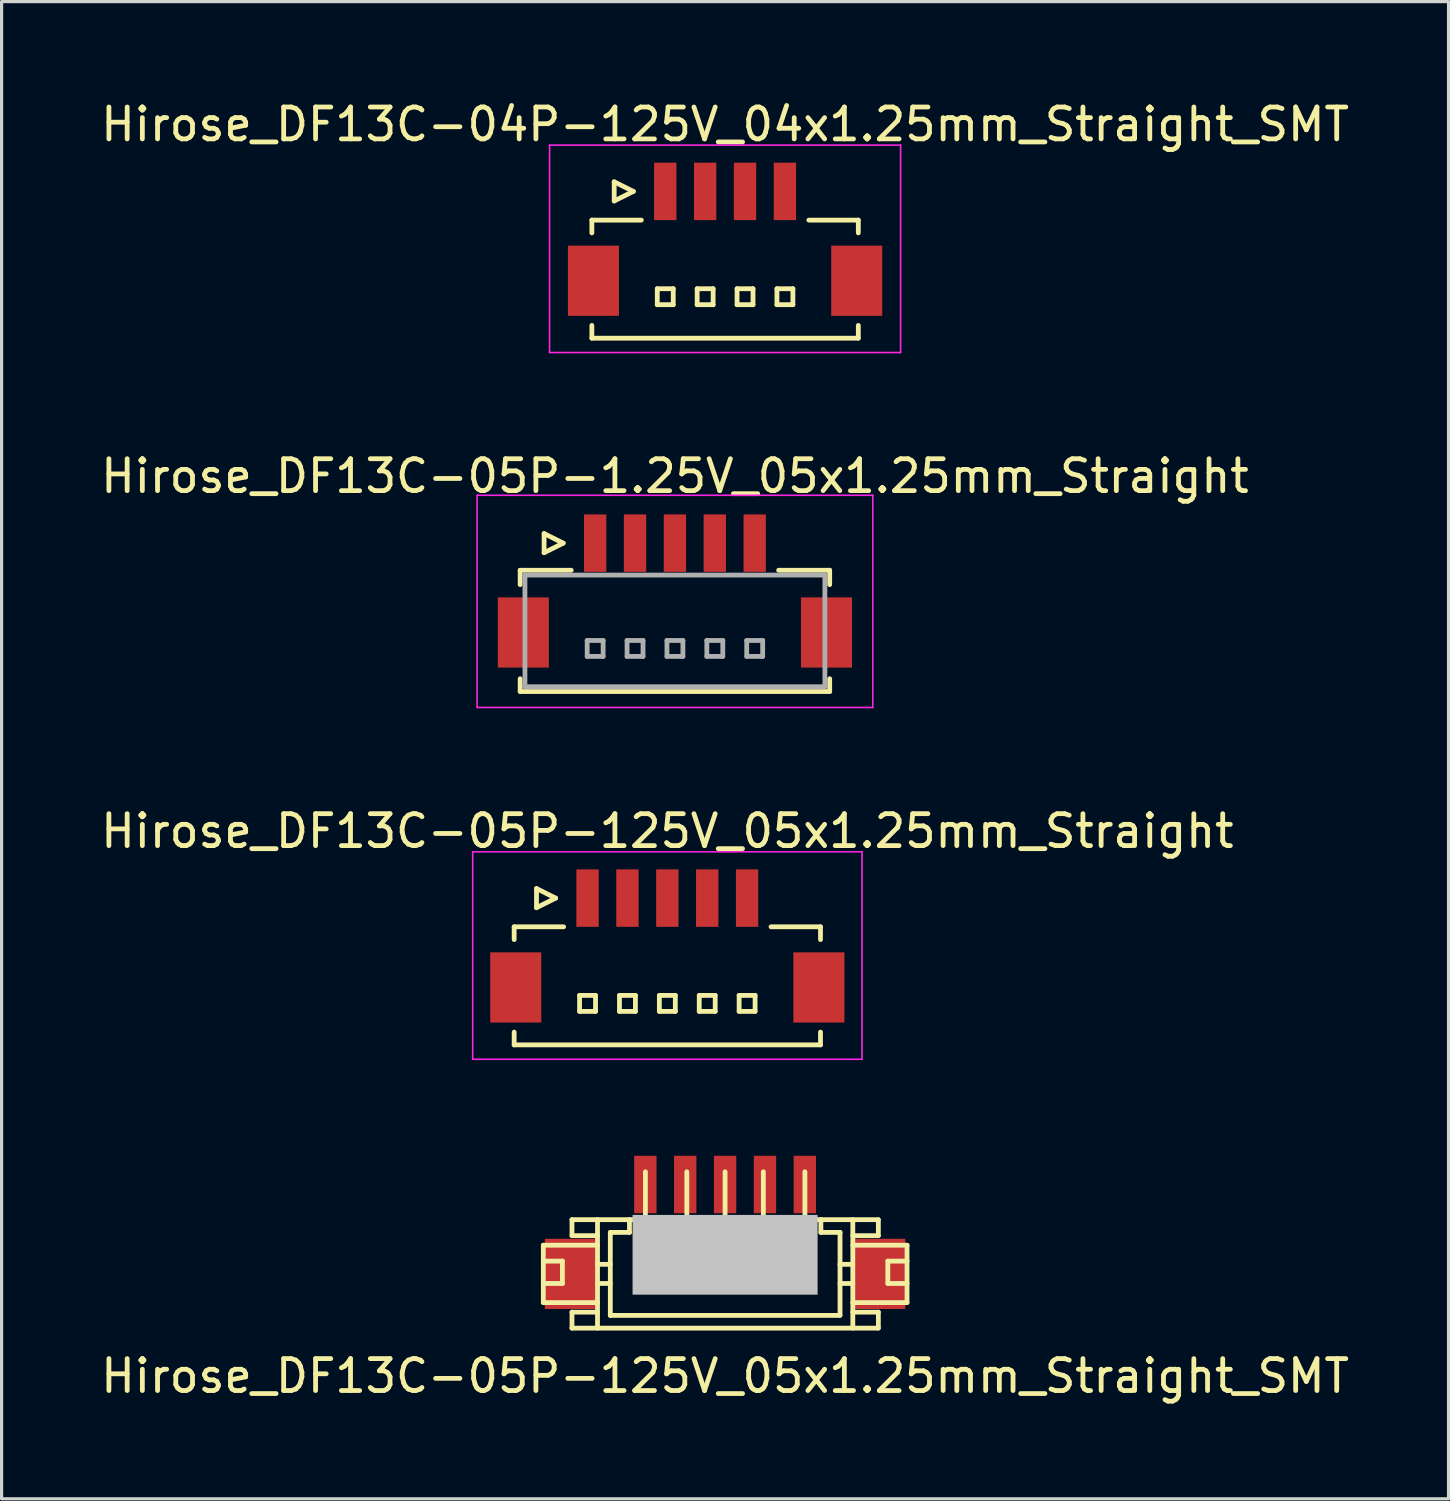
<source format=kicad_pcb>
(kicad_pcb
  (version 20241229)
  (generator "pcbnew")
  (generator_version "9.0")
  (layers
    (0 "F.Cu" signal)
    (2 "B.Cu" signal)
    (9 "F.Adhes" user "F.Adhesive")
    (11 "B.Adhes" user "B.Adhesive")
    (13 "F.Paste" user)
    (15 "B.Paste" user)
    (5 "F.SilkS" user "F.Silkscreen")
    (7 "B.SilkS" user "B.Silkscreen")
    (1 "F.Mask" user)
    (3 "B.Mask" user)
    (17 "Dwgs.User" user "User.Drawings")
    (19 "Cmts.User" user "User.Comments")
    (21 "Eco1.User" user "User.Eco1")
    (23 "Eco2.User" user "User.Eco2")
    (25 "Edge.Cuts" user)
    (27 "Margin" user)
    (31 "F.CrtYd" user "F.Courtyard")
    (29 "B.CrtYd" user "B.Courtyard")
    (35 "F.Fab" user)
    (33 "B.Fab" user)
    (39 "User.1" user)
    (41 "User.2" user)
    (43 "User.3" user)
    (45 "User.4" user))
  (footprint "Hirose_DF13C-05P-125V_05x1.25mm_Straight"
    (layer "F.Cu")
    (at 17.863 26.495)
    (property "Reference" "Hirose_DF13C-05P-125V_05x1.25mm_Straight" (at 0 -3.5 0) (layer "F.SilkS") (effects (font (size 1 1) (thickness 0.15))))
    (attr smd)
    (fp_line (start -4.8 -0.5) (end -4.8 -0.1) (stroke (width 0.15) (type solid)) (layer "F.SilkS"))
    (fp_line (start -4.8 -0.5) (end -3.25 -0.5) (stroke (width 0.15) (type solid)) (layer "F.SilkS"))
    (fp_line (start -4.8 3.2) (end -4.8 2.8) (stroke (width 0.15) (type solid)) (layer "F.SilkS"))
    (fp_line (start -4.8 3.2) (end 4.8 3.2) (stroke (width 0.15) (type solid)) (layer "F.SilkS"))
    (fp_line (start -4.1 -1.7) (end -4.1 -1.1) (stroke (width 0.15) (type solid)) (layer "F.SilkS"))
    (fp_line (start -4.1 -1.1) (end -3.5 -1.4) (stroke (width 0.15) (type solid)) (layer "F.SilkS"))
    (fp_line (start -3.5 -1.4) (end -4.1 -1.7) (stroke (width 0.15) (type solid)) (layer "F.SilkS"))
    (fp_line (start -2.75 1.65) (end -2.75 2.15) (stroke (width 0.15) (type solid)) (layer "F.SilkS"))
    (fp_line (start -2.75 2.15) (end -2.25 2.15) (stroke (width 0.15) (type solid)) (layer "F.SilkS"))
    (fp_line (start -2.25 1.65) (end -2.75 1.65) (stroke (width 0.15) (type solid)) (layer "F.SilkS"))
    (fp_line (start -2.25 2.15) (end -2.25 1.65) (stroke (width 0.15) (type solid)) (layer "F.SilkS"))
    (fp_line (start -1.5 1.65) (end -1.5 2.15) (stroke (width 0.15) (type solid)) (layer "F.SilkS"))
    (fp_line (start -1.5 2.15) (end -1 2.15) (stroke (width 0.15) (type solid)) (layer "F.SilkS"))
    (fp_line (start -1 1.65) (end -1.5 1.65) (stroke (width 0.15) (type solid)) (layer "F.SilkS"))
    (fp_line (start -1 2.15) (end -1 1.65) (stroke (width 0.15) (type solid)) (layer "F.SilkS"))
    (fp_line (start -0.25 1.65) (end -0.25 2.15) (stroke (width 0.15) (type solid)) (layer "F.SilkS"))
    (fp_line (start -0.25 2.15) (end 0.25 2.15) (stroke (width 0.15) (type solid)) (layer "F.SilkS"))
    (fp_line (start 0.25 1.65) (end -0.25 1.65) (stroke (width 0.15) (type solid)) (layer "F.SilkS"))
    (fp_line (start 0.25 2.15) (end 0.25 1.65) (stroke (width 0.15) (type solid)) (layer "F.SilkS"))
    (fp_line (start 1 1.65) (end 1 2.15) (stroke (width 0.15) (type solid)) (layer "F.SilkS"))
    (fp_line (start 1 2.15) (end 1.5 2.15) (stroke (width 0.15) (type solid)) (layer "F.SilkS"))
    (fp_line (start 1.5 1.65) (end 1 1.65) (stroke (width 0.15) (type solid)) (layer "F.SilkS"))
    (fp_line (start 1.5 2.15) (end 1.5 1.65) (stroke (width 0.15) (type solid)) (layer "F.SilkS"))
    (fp_line (start 2.25 1.65) (end 2.25 2.15) (stroke (width 0.15) (type solid)) (layer "F.SilkS"))
    (fp_line (start 2.25 2.15) (end 2.75 2.15) (stroke (width 0.15) (type solid)) (layer "F.SilkS"))
    (fp_line (start 2.75 1.65) (end 2.25 1.65) (stroke (width 0.15) (type solid)) (layer "F.SilkS"))
    (fp_line (start 2.75 2.15) (end 2.75 1.65) (stroke (width 0.15) (type solid)) (layer "F.SilkS"))
    (fp_line (start 4.8 -0.5) (end 3.25 -0.5) (stroke (width 0.15) (type solid)) (layer "F.SilkS"))
    (fp_line (start 4.8 -0.5) (end 4.8 -0.1) (stroke (width 0.15) (type solid)) (layer "F.SilkS"))
    (fp_line (start 4.8 3.2) (end 4.8 2.8) (stroke (width 0.15) (type solid)) (layer "F.SilkS"))
    (fp_line (start -6.1 -2.85) (end -6.1 3.65) (stroke (width 0.05) (type solid)) (layer "F.CrtYd"))
    (fp_line (start -6.1 3.65) (end 6.1 3.65) (stroke (width 0.05) (type solid)) (layer "F.CrtYd"))
    (fp_line (start 6.1 -2.85) (end -6.1 -2.85) (stroke (width 0.05) (type solid)) (layer "F.CrtYd"))
    (fp_line (start 6.1 3.65) (end 6.1 -2.85) (stroke (width 0.05) (type solid)) (layer "F.CrtYd"))
    (pad "" smd rect (at -4.75 1.4) (size 1.6 2.2) (layers "F.Cu" "F.Mask" "F.Paste"))
    (pad "" smd rect (at 4.75 1.4) (size 1.6 2.2) (layers "F.Cu" "F.Mask" "F.Paste"))
    (pad "1" smd rect (at -2.5 -1.4) (size 0.7 1.8) (layers "F.Cu" "F.Mask" "F.Paste"))
    (pad "2" smd rect (at -1.25 -1.4) (size 0.7 1.8) (layers "F.Cu" "F.Mask" "F.Paste"))
    (pad "3" smd rect (at 0 -1.4) (size 0.7 1.8) (layers "F.Cu" "F.Mask" "F.Paste"))
    (pad "4" smd rect (at 1.25 -1.4) (size 0.7 1.8) (layers "F.Cu" "F.Mask" "F.Paste"))
    (pad "5" smd rect (at 2.5 -1.4) (size 0.7 1.8) (layers "F.Cu" "F.Mask" "F.Paste")))
  (footprint "Hirose_DF13C-05P-1.25V_05x1.25mm_Straight"
    (layer "F.Cu")
    (at 18.101 15.371)
    (property "Reference" "Hirose_DF13C-05P-1.25V_05x1.25mm_Straight" (at 0 -3.5 0) (layer "F.SilkS") (effects (font (size 1 1) (thickness 0.15))))
    (attr smd)
    (fp_line (start -4.85 -0.55) (end -4.85 -0.1) (stroke (width 0.15) (type solid)) (layer "F.SilkS"))
    (fp_line (start -4.85 -0.55) (end -3.25 -0.55) (stroke (width 0.15) (type solid)) (layer "F.SilkS"))
    (fp_line (start -4.85 3.25) (end -4.85 2.85) (stroke (width 0.15) (type solid)) (layer "F.SilkS"))
    (fp_line (start -4.85 3.25) (end 4.85 3.25) (stroke (width 0.15) (type solid)) (layer "F.SilkS"))
    (fp_line (start -4.1 -1.7) (end -4.1 -1.1) (stroke (width 0.15) (type solid)) (layer "F.SilkS"))
    (fp_line (start -4.1 -1.1) (end -3.5 -1.4) (stroke (width 0.15) (type solid)) (layer "F.SilkS"))
    (fp_line (start -3.5 -1.4) (end -4.1 -1.7) (stroke (width 0.15) (type solid)) (layer "F.SilkS"))
    (fp_line (start 4.85 -0.55) (end 3.25 -0.55) (stroke (width 0.15) (type solid)) (layer "F.SilkS"))
    (fp_line (start 4.85 -0.55) (end 4.85 -0.1) (stroke (width 0.15) (type solid)) (layer "F.SilkS"))
    (fp_line (start 4.85 3.25) (end 4.85 2.85) (stroke (width 0.15) (type solid)) (layer "F.SilkS"))
    (fp_line (start -6.2 -2.9) (end -6.2 3.75) (stroke (width 0.05) (type solid)) (layer "F.CrtYd"))
    (fp_line (start -6.2 3.75) (end 6.2 3.75) (stroke (width 0.05) (type solid)) (layer "F.CrtYd"))
    (fp_line (start 6.2 -2.9) (end -6.2 -2.9) (stroke (width 0.05) (type solid)) (layer "F.CrtYd"))
    (fp_line (start 6.2 3.75) (end 6.2 -2.9) (stroke (width 0.05) (type solid)) (layer "F.CrtYd"))
    (fp_line (start -4.7 -0.4) (end -4.7 3.1) (stroke (width 0.15) (type solid)) (layer "F.Fab"))
    (fp_line (start -4.7 3.1) (end 4.7 3.1) (stroke (width 0.15) (type solid)) (layer "F.Fab"))
    (fp_line (start -2.75 1.65) (end -2.75 2.15) (stroke (width 0.15) (type solid)) (layer "F.Fab"))
    (fp_line (start -2.75 2.15) (end -2.25 2.15) (stroke (width 0.15) (type solid)) (layer "F.Fab"))
    (fp_line (start -2.25 1.65) (end -2.75 1.65) (stroke (width 0.15) (type solid)) (layer "F.Fab"))
    (fp_line (start -2.25 2.15) (end -2.25 1.65) (stroke (width 0.15) (type solid)) (layer "F.Fab"))
    (fp_line (start -1.5 1.65) (end -1.5 2.15) (stroke (width 0.15) (type solid)) (layer "F.Fab"))
    (fp_line (start -1.5 2.15) (end -1 2.15) (stroke (width 0.15) (type solid)) (layer "F.Fab"))
    (fp_line (start -1 1.65) (end -1.5 1.65) (stroke (width 0.15) (type solid)) (layer "F.Fab"))
    (fp_line (start -1 2.15) (end -1 1.65) (stroke (width 0.15) (type solid)) (layer "F.Fab"))
    (fp_line (start -0.25 1.65) (end -0.25 2.15) (stroke (width 0.15) (type solid)) (layer "F.Fab"))
    (fp_line (start -0.25 2.15) (end 0.25 2.15) (stroke (width 0.15) (type solid)) (layer "F.Fab"))
    (fp_line (start 0.25 1.65) (end -0.25 1.65) (stroke (width 0.15) (type solid)) (layer "F.Fab"))
    (fp_line (start 0.25 2.15) (end 0.25 1.65) (stroke (width 0.15) (type solid)) (layer "F.Fab"))
    (fp_line (start 1 1.65) (end 1 2.15) (stroke (width 0.15) (type solid)) (layer "F.Fab"))
    (fp_line (start 1 2.15) (end 1.5 2.15) (stroke (width 0.15) (type solid)) (layer "F.Fab"))
    (fp_line (start 1.5 1.65) (end 1 1.65) (stroke (width 0.15) (type solid)) (layer "F.Fab"))
    (fp_line (start 1.5 2.15) (end 1.5 1.65) (stroke (width 0.15) (type solid)) (layer "F.Fab"))
    (fp_line (start 2.25 1.65) (end 2.25 2.15) (stroke (width 0.15) (type solid)) (layer "F.Fab"))
    (fp_line (start 2.25 2.15) (end 2.75 2.15) (stroke (width 0.15) (type solid)) (layer "F.Fab"))
    (fp_line (start 2.75 1.65) (end 2.25 1.65) (stroke (width 0.15) (type solid)) (layer "F.Fab"))
    (fp_line (start 2.75 2.15) (end 2.75 1.65) (stroke (width 0.15) (type solid)) (layer "F.Fab"))
    (fp_line (start 4.7 -0.4) (end -4.7 -0.4) (stroke (width 0.15) (type solid)) (layer "F.Fab"))
    (fp_line (start 4.7 3.1) (end 4.7 -0.4) (stroke (width 0.15) (type solid)) (layer "F.Fab"))
    (pad "" smd rect (at -4.75 1.4) (size 1.6 2.2) (layers "F.Cu" "F.Mask" "F.Paste"))
    (pad "" smd rect (at 4.75 1.4) (size 1.6 2.2) (layers "F.Cu" "F.Mask" "F.Paste"))
    (pad "1" smd rect (at -2.5 -1.4) (size 0.7 1.8) (layers "F.Cu" "F.Mask" "F.Paste"))
    (pad "2" smd rect (at -1.25 -1.4) (size 0.7 1.8) (layers "F.Cu" "F.Mask" "F.Paste"))
    (pad "3" smd rect (at 0 -1.4) (size 0.7 1.8) (layers "F.Cu" "F.Mask" "F.Paste"))
    (pad "4" smd rect (at 1.25 -1.4) (size 0.7 1.8) (layers "F.Cu" "F.Mask" "F.Paste"))
    (pad "5" smd rect (at 2.5 -1.4) (size 0.7 1.8) (layers "F.Cu" "F.Mask" "F.Paste")))
  (footprint "Hirose_DF13C-05P-125V_05x1.25mm_Straight_SMT"
    (layer "F.Cu")
    (at 19.673 36.072)
    (property "Reference" "Hirose_DF13C-05P-125V_05x1.25mm_Straight_SMT" (at 0 4 0) (layer "F.SilkS") (effects (font (size 1 1) (thickness 0.15))))
    (attr smd)
    (fp_line (start -5.697 -0.099) (end -3.998 -0.099) (stroke (width 0.15) (type solid)) (layer "F.SilkS"))
    (fp_line (start -5.697 0.399) (end -5.098 0.399) (stroke (width 0.15) (type solid)) (layer "F.SilkS"))
    (fp_line (start -5.697 1.699) (end -5.697 -0.099) (stroke (width 0.15) (type solid)) (layer "F.SilkS"))
    (fp_line (start -5.697 1.699) (end -3.998 1.699) (stroke (width 0.15) (type solid)) (layer "F.SilkS"))
    (fp_line (start -5.098 0.399) (end -5.098 1.1) (stroke (width 0.15) (type solid)) (layer "F.SilkS"))
    (fp_line (start -5.098 1.1) (end -5.697 1.1) (stroke (width 0.15) (type solid)) (layer "F.SilkS"))
    (fp_line (start -4.801 -0.899) (end 4.801 -0.899) (stroke (width 0.15) (type solid)) (layer "F.SilkS"))
    (fp_line (start -4.798 -0.399) (end -4.798 -0.899) (stroke (width 0.15) (type solid)) (layer "F.SilkS"))
    (fp_line (start -4.798 2.499) (end -4.798 1.999) (stroke (width 0.15) (type solid)) (layer "F.SilkS"))
    (fp_line (start -3.998 -0.899) (end -3.998 2.499) (stroke (width 0.15) (type solid)) (layer "F.SilkS"))
    (fp_line (start -3.998 -0.399) (end -4.798 -0.399) (stroke (width 0.15) (type solid)) (layer "F.SilkS"))
    (fp_line (start -3.998 0.5) (end -3.597 0.5) (stroke (width 0.15) (type solid)) (layer "F.SilkS"))
    (fp_line (start -3.998 1.1) (end -3.597 1.1) (stroke (width 0.15) (type solid)) (layer "F.SilkS"))
    (fp_line (start -3.998 1.999) (end -4.798 1.999) (stroke (width 0.15) (type solid)) (layer "F.SilkS"))
    (fp_line (start -3.597 -0.5) (end -2.997 -0.5) (stroke (width 0.15) (type solid)) (layer "F.SilkS"))
    (fp_line (start -3.597 2.101) (end -3.597 -0.5) (stroke (width 0.15) (type solid)) (layer "F.SilkS"))
    (fp_line (start -2.997 -0.902) (end -2.997 -0.5) (stroke (width 0.15) (type solid)) (layer "F.SilkS"))
    (fp_line (start -2.598 0.998) (end -2.598 1.199) (stroke (width 0.15) (type solid)) (layer "F.SilkS"))
    (fp_line (start -2.598 1.199) (end -2.398 1.199) (stroke (width 0.15) (type solid)) (layer "F.SilkS"))
    (fp_line (start -2.497 -0.902) (end -2.497 -2.4) (stroke (width 0.15) (type solid)) (layer "F.SilkS"))
    (fp_line (start -2.398 0.998) (end -2.598 0.998) (stroke (width 0.15) (type solid)) (layer "F.SilkS"))
    (fp_line (start -2.398 1.199) (end -2.398 0.998) (stroke (width 0.15) (type solid)) (layer "F.SilkS"))
    (fp_line (start -1.298 1.001) (end -1.1 1.001) (stroke (width 0.15) (type solid)) (layer "F.SilkS"))
    (fp_line (start -1.298 1.199) (end -1.298 1.001) (stroke (width 0.15) (type solid)) (layer "F.SilkS"))
    (fp_line (start -1.199 -0.899) (end -1.199 -2.4) (stroke (width 0.15) (type solid)) (layer "F.SilkS"))
    (fp_line (start -1.1 1.001) (end -1.1 1.199) (stroke (width 0.15) (type solid)) (layer "F.SilkS"))
    (fp_line (start -1.1 1.199) (end -1.298 1.199) (stroke (width 0.15) (type solid)) (layer "F.SilkS"))
    (fp_line (start -0.099 1.001) (end 0.099 1.001) (stroke (width 0.15) (type solid)) (layer "F.SilkS"))
    (fp_line (start -0.099 1.199) (end -0.099 1.001) (stroke (width 0.15) (type solid)) (layer "F.SilkS"))
    (fp_line (start 0 -2.4) (end 0 -0.899) (stroke (width 0.15) (type solid)) (layer "F.SilkS"))
    (fp_line (start 0.099 1.001) (end 0.099 1.199) (stroke (width 0.15) (type solid)) (layer "F.SilkS"))
    (fp_line (start 0.099 1.199) (end -0.099 1.199) (stroke (width 0.15) (type solid)) (layer "F.SilkS"))
    (fp_line (start 1.1 1.001) (end 1.298 1.001) (stroke (width 0.15) (type solid)) (layer "F.SilkS"))
    (fp_line (start 1.1 1.199) (end 1.1 1.001) (stroke (width 0.15) (type solid)) (layer "F.SilkS"))
    (fp_line (start 1.199 -0.899) (end 1.199 -2.4) (stroke (width 0.15) (type solid)) (layer "F.SilkS"))
    (fp_line (start 1.298 1.001) (end 1.298 1.199) (stroke (width 0.15) (type solid)) (layer "F.SilkS"))
    (fp_line (start 1.298 1.199) (end 1.1 1.199) (stroke (width 0.15) (type solid)) (layer "F.SilkS"))
    (fp_line (start 2.403 0.998) (end 2.603 0.998) (stroke (width 0.15) (type solid)) (layer "F.SilkS"))
    (fp_line (start 2.403 1.199) (end 2.403 0.998) (stroke (width 0.15) (type solid)) (layer "F.SilkS"))
    (fp_line (start 2.502 -0.902) (end 2.502 -2.4) (stroke (width 0.15) (type solid)) (layer "F.SilkS"))
    (fp_line (start 2.603 0.998) (end 2.603 1.199) (stroke (width 0.15) (type solid)) (layer "F.SilkS"))
    (fp_line (start 2.603 1.199) (end 2.403 1.199) (stroke (width 0.15) (type solid)) (layer "F.SilkS"))
    (fp_line (start 3.002 -0.5) (end 3.002 -0.902) (stroke (width 0.15) (type solid)) (layer "F.SilkS"))
    (fp_line (start 3.599 1.1) (end 4 1.1) (stroke (width 0.15) (type solid)) (layer "F.SilkS"))
    (fp_line (start 3.599 2.101) (end -3.599 2.101) (stroke (width 0.15) (type solid)) (layer "F.SilkS"))
    (fp_line (start 3.602 -0.5) (end 3.002 -0.5) (stroke (width 0.15) (type solid)) (layer "F.SilkS"))
    (fp_line (start 3.602 2.098) (end 3.602 -0.5) (stroke (width 0.15) (type solid)) (layer "F.SilkS"))
    (fp_line (start 4 0.5) (end 3.599 0.5) (stroke (width 0.15) (type solid)) (layer "F.SilkS"))
    (fp_line (start 4.003 -0.899) (end 4.003 2.499) (stroke (width 0.15) (type solid)) (layer "F.SilkS"))
    (fp_line (start 4.801 2.499) (end -4.801 2.499) (stroke (width 0.15) (type solid)) (layer "F.SilkS"))
    (fp_line (start 4.803 -0.399) (end 4.003 -0.399) (stroke (width 0.15) (type solid)) (layer "F.SilkS"))
    (fp_line (start 4.803 -0.399) (end 4.803 -0.899) (stroke (width 0.15) (type solid)) (layer "F.SilkS"))
    (fp_line (start 4.803 1.999) (end 4.003 1.999) (stroke (width 0.15) (type solid)) (layer "F.SilkS"))
    (fp_line (start 4.803 2.499) (end 4.803 1.999) (stroke (width 0.15) (type solid)) (layer "F.SilkS"))
    (fp_line (start 5.1 0.399) (end 5.1 1.1) (stroke (width 0.15) (type solid)) (layer "F.SilkS"))
    (fp_line (start 5.103 0.399) (end 5.702 0.399) (stroke (width 0.15) (type solid)) (layer "F.SilkS"))
    (fp_line (start 5.103 1.1) (end 5.702 1.1) (stroke (width 0.15) (type solid)) (layer "F.SilkS"))
    (fp_line (start 5.702 -0.099) (end 4.003 -0.099) (stroke (width 0.15) (type solid)) (layer "F.SilkS"))
    (fp_line (start 5.702 -0.099) (end 5.702 1.699) (stroke (width 0.15) (type solid)) (layer "F.SilkS"))
    (fp_line (start 5.702 1.699) (end 4.003 1.699) (stroke (width 0.15) (type solid)) (layer "F.SilkS"))
    (pad "" smd rect (at -4.849 0.8) (size 1.6 2.2) (layers "F.Cu" "F.Mask" "F.Paste"))
    (pad "" smd rect (at 0 0.201) (size 5.799 2.499) (layers "Dwgs.User"))
    (pad "" smd rect (at 4.849 0.8) (size 1.6 2.2) (layers "F.Cu" "F.Mask" "F.Paste"))
    (pad "1" smd rect (at -2.499 -2.002) (size 0.701 1.801) (layers "F.Cu" "F.Mask" "F.Paste"))
    (pad "2" smd rect (at -1.25 -2.002) (size 0.701 1.801) (layers "F.Cu" "F.Mask" "F.Paste"))
    (pad "3" smd rect (at 0 -2.002) (size 0.701 1.801) (layers "F.Cu" "F.Mask" "F.Paste"))
    (pad "4" smd rect (at 1.25 -2.002) (size 0.701 1.801) (layers "F.Cu" "F.Mask" "F.Paste"))
    (pad "5" smd rect (at 2.499 -2.002) (size 0.701 1.801) (layers "F.Cu" "F.Mask" "F.Paste")))
  (footprint "Hirose_DF13C-04P-125V_04x1.25mm_Straight_SMT"
    (layer "F.Cu")
    (at 19.673 4.348)
    (property "Reference" "Hirose_DF13C-04P-125V_04x1.25mm_Straight_SMT" (at 0 -3.5 0) (layer "F.SilkS") (effects (font (size 1 1) (thickness 0.15))))
    (attr smd)
    (fp_line (start -4.175 -0.5) (end -4.175 -0.1) (stroke (width 0.15) (type solid)) (layer "F.SilkS"))
    (fp_line (start -4.175 -0.5) (end -2.625 -0.5) (stroke (width 0.15) (type solid)) (layer "F.SilkS"))
    (fp_line (start -4.175 3.2) (end -4.175 2.8) (stroke (width 0.15) (type solid)) (layer "F.SilkS"))
    (fp_line (start -4.175 3.2) (end 4.175 3.2) (stroke (width 0.15) (type solid)) (layer "F.SilkS"))
    (fp_line (start -3.475 -1.7) (end -3.475 -1.1) (stroke (width 0.15) (type solid)) (layer "F.SilkS"))
    (fp_line (start -3.475 -1.1) (end -2.875 -1.4) (stroke (width 0.15) (type solid)) (layer "F.SilkS"))
    (fp_line (start -2.875 -1.4) (end -3.475 -1.7) (stroke (width 0.15) (type solid)) (layer "F.SilkS"))
    (fp_line (start -2.125 1.65) (end -2.125 2.15) (stroke (width 0.15) (type solid)) (layer "F.SilkS"))
    (fp_line (start -2.125 2.15) (end -1.625 2.15) (stroke (width 0.15) (type solid)) (layer "F.SilkS"))
    (fp_line (start -1.625 1.65) (end -2.125 1.65) (stroke (width 0.15) (type solid)) (layer "F.SilkS"))
    (fp_line (start -1.625 2.15) (end -1.625 1.65) (stroke (width 0.15) (type solid)) (layer "F.SilkS"))
    (fp_line (start -0.875 1.65) (end -0.875 2.15) (stroke (width 0.15) (type solid)) (layer "F.SilkS"))
    (fp_line (start -0.875 2.15) (end -0.375 2.15) (stroke (width 0.15) (type solid)) (layer "F.SilkS"))
    (fp_line (start -0.375 1.65) (end -0.875 1.65) (stroke (width 0.15) (type solid)) (layer "F.SilkS"))
    (fp_line (start -0.375 2.15) (end -0.375 1.65) (stroke (width 0.15) (type solid)) (layer "F.SilkS"))
    (fp_line (start 0.375 1.65) (end 0.375 2.15) (stroke (width 0.15) (type solid)) (layer "F.SilkS"))
    (fp_line (start 0.375 2.15) (end 0.875 2.15) (stroke (width 0.15) (type solid)) (layer "F.SilkS"))
    (fp_line (start 0.875 1.65) (end 0.375 1.65) (stroke (width 0.15) (type solid)) (layer "F.SilkS"))
    (fp_line (start 0.875 2.15) (end 0.875 1.65) (stroke (width 0.15) (type solid)) (layer "F.SilkS"))
    (fp_line (start 1.625 1.65) (end 1.625 2.15) (stroke (width 0.15) (type solid)) (layer "F.SilkS"))
    (fp_line (start 1.625 2.15) (end 2.125 2.15) (stroke (width 0.15) (type solid)) (layer "F.SilkS"))
    (fp_line (start 2.125 1.65) (end 1.625 1.65) (stroke (width 0.15) (type solid)) (layer "F.SilkS"))
    (fp_line (start 2.125 2.15) (end 2.125 1.65) (stroke (width 0.15) (type solid)) (layer "F.SilkS"))
    (fp_line (start 4.175 -0.5) (end 2.625 -0.5) (stroke (width 0.15) (type solid)) (layer "F.SilkS"))
    (fp_line (start 4.175 -0.5) (end 4.175 -0.1) (stroke (width 0.15) (type solid)) (layer "F.SilkS"))
    (fp_line (start 4.175 3.2) (end 4.175 2.8) (stroke (width 0.15) (type solid)) (layer "F.SilkS"))
    (fp_line (start -5.5 -2.85) (end -5.5 3.65) (stroke (width 0.05) (type solid)) (layer "F.CrtYd"))
    (fp_line (start -5.5 3.65) (end 5.5 3.65) (stroke (width 0.05) (type solid)) (layer "F.CrtYd"))
    (fp_line (start 5.5 -2.85) (end -5.5 -2.85) (stroke (width 0.05) (type solid)) (layer "F.CrtYd"))
    (fp_line (start 5.5 3.65) (end 5.5 -2.85) (stroke (width 0.05) (type solid)) (layer "F.CrtYd"))
    (pad "" smd rect (at -4.125 1.4) (size 1.6 2.2) (layers "F.Cu" "F.Mask" "F.Paste"))
    (pad "" smd rect (at 4.125 1.4) (size 1.6 2.2) (layers "F.Cu" "F.Mask" "F.Paste"))
    (pad "1" smd rect (at -1.875 -1.4) (size 0.7 1.8) (layers "F.Cu" "F.Mask" "F.Paste"))
    (pad "2" smd rect (at -0.625 -1.4) (size 0.7 1.8) (layers "F.Cu" "F.Mask" "F.Paste"))
    (pad "3" smd rect (at 0.625 -1.4) (size 0.7 1.8) (layers "F.Cu" "F.Mask" "F.Paste"))
    (pad "4" smd rect (at 1.875 -1.4) (size 0.7 1.8) (layers "F.Cu" "F.Mask" "F.Paste")))
  (gr_rect
    (start -3 -3)
    (end 42.345 43.92)
    (stroke (width 0.1) (type default))
    (fill no)
    (layer "Edge.Cuts")))
</source>
